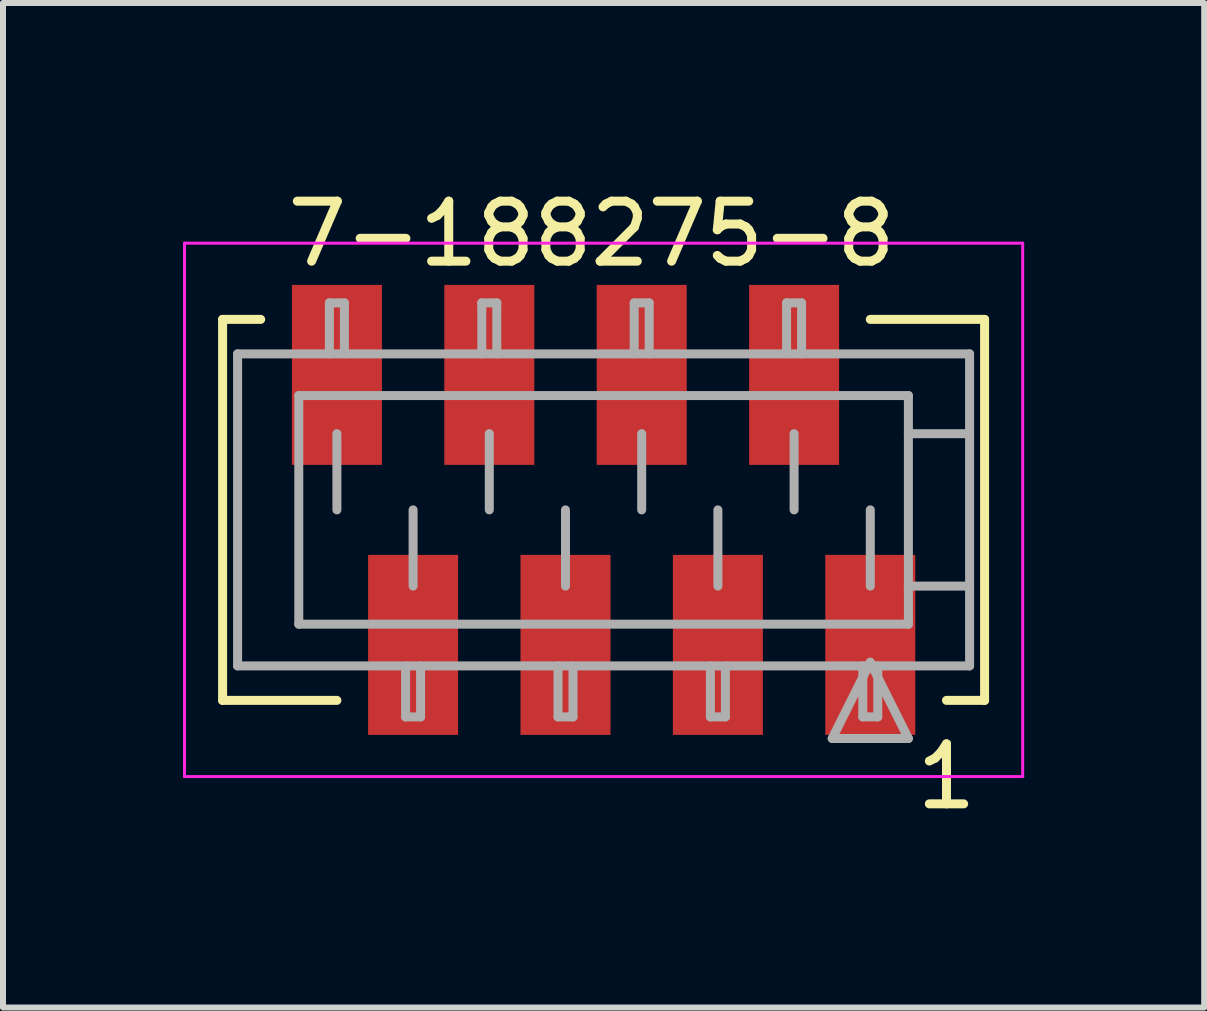
<source format=kicad_pcb>
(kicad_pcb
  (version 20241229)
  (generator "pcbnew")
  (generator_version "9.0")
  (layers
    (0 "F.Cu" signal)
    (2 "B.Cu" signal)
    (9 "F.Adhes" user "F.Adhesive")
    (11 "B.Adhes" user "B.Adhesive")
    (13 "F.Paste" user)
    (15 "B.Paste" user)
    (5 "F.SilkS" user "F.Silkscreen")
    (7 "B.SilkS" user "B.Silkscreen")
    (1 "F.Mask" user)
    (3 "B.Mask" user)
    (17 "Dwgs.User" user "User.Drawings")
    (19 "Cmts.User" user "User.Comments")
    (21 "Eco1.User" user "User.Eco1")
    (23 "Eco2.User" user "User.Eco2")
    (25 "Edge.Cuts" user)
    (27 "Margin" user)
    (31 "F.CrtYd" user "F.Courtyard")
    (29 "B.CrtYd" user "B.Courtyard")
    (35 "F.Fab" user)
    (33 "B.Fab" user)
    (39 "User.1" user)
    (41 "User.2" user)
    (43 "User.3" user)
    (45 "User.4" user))
  (footprint "7-188275-8"
    (layer "F.Cu")
    (at 7.01 5.448)
    (property "Reference" "7-188275-8" (at -0.2 -4.6 0) (layer "F.SilkS") (effects (font (size 1 1) (thickness 0.15))))
    (attr smd)
    (fp_line (start -6.35 -3.175) (end -6.35 3.175) (stroke (width 0.15) (type solid)) (layer "F.SilkS"))
    (fp_line (start -6.35 3.175) (end -4.445 3.175) (stroke (width 0.15) (type solid)) (layer "F.SilkS"))
    (fp_line (start -5.715 -3.175) (end -6.35 -3.175) (stroke (width 0.15) (type solid)) (layer "F.SilkS"))
    (fp_line (start 4.445 -3.175) (end 6.35 -3.175) (stroke (width 0.15) (type solid)) (layer "F.SilkS"))
    (fp_line (start 6.35 -3.175) (end 6.35 3.175) (stroke (width 0.15) (type solid)) (layer "F.SilkS"))
    (fp_line (start 6.35 3.175) (end 5.715 3.175) (stroke (width 0.15) (type solid)) (layer "F.SilkS"))
    (fp_line (start -6.985 -4.445) (end -6.985 4.445) (stroke (width 0.05) (type solid)) (layer "F.CrtYd"))
    (fp_line (start -6.985 4.445) (end 6.985 4.445) (stroke (width 0.05) (type solid)) (layer "F.CrtYd"))
    (fp_line (start 6.985 -4.445) (end -6.985 -4.445) (stroke (width 0.05) (type solid)) (layer "F.CrtYd"))
    (fp_line (start 6.985 -4.445) (end 6.985 4.445) (stroke (width 0.05) (type solid)) (layer "F.CrtYd"))
    (fp_line (start -6.1 -2.6) (end -6.1 2.6) (stroke (width 0.15) (type solid)) (layer "F.Fab"))
    (fp_line (start -6.1 -2.6) (end 6.1 -2.6) (stroke (width 0.15) (type solid)) (layer "F.Fab"))
    (fp_line (start -6.1 2.6) (end 6.1 2.6) (stroke (width 0.15) (type solid)) (layer "F.Fab"))
    (fp_line (start -5.08 -1.905) (end -5.08 1.905) (stroke (width 0.15) (type solid)) (layer "F.Fab"))
    (fp_line (start -5.08 1.905) (end 5.08 1.905) (stroke (width 0.15) (type solid)) (layer "F.Fab"))
    (fp_line (start -4.57 -3.45) (end -4.57 -2.6) (stroke (width 0.15) (type solid)) (layer "F.Fab"))
    (fp_line (start -4.57 -3.45) (end -4.32 -3.45) (stroke (width 0.15) (type solid)) (layer "F.Fab"))
    (fp_line (start -4.445 0) (end -4.445 -1.27) (stroke (width 0.15) (type solid)) (layer "F.Fab"))
    (fp_line (start -4.32 -2.6) (end -4.32 -3.45) (stroke (width 0.15) (type solid)) (layer "F.Fab"))
    (fp_line (start -3.3 2.6) (end -3.3 3.45) (stroke (width 0.15) (type solid)) (layer "F.Fab"))
    (fp_line (start -3.175 1.27) (end -3.175 0) (stroke (width 0.15) (type solid)) (layer "F.Fab"))
    (fp_line (start -3.05 3.45) (end -3.3 3.45) (stroke (width 0.15) (type solid)) (layer "F.Fab"))
    (fp_line (start -3.05 3.45) (end -3.05 2.6) (stroke (width 0.15) (type solid)) (layer "F.Fab"))
    (fp_line (start -2.03 -3.45) (end -2.03 -2.6) (stroke (width 0.15) (type solid)) (layer "F.Fab"))
    (fp_line (start -2.03 -3.45) (end -1.78 -3.45) (stroke (width 0.15) (type solid)) (layer "F.Fab"))
    (fp_line (start -1.905 -1.27) (end -1.905 0) (stroke (width 0.15) (type solid)) (layer "F.Fab"))
    (fp_line (start -1.78 -2.6) (end -1.78 -3.45) (stroke (width 0.15) (type solid)) (layer "F.Fab"))
    (fp_line (start -0.76 2.6) (end -0.76 3.45) (stroke (width 0.15) (type solid)) (layer "F.Fab"))
    (fp_line (start -0.635 1.27) (end -0.635 0) (stroke (width 0.15) (type solid)) (layer "F.Fab"))
    (fp_line (start -0.51 3.45) (end -0.76 3.45) (stroke (width 0.15) (type solid)) (layer "F.Fab"))
    (fp_line (start -0.51 3.45) (end -0.51 2.6) (stroke (width 0.15) (type solid)) (layer "F.Fab"))
    (fp_line (start 0.51 -3.45) (end 0.51 -2.6) (stroke (width 0.15) (type solid)) (layer "F.Fab"))
    (fp_line (start 0.51 -3.45) (end 0.76 -3.45) (stroke (width 0.15) (type solid)) (layer "F.Fab"))
    (fp_line (start 0.635 -1.27) (end 0.635 0) (stroke (width 0.15) (type solid)) (layer "F.Fab"))
    (fp_line (start 0.76 -2.6) (end 0.76 -3.45) (stroke (width 0.15) (type solid)) (layer "F.Fab"))
    (fp_line (start 1.78 2.6) (end 1.78 3.45) (stroke (width 0.15) (type solid)) (layer "F.Fab"))
    (fp_line (start 1.905 1.27) (end 1.905 0) (stroke (width 0.15) (type solid)) (layer "F.Fab"))
    (fp_line (start 2.03 3.45) (end 1.78 3.45) (stroke (width 0.15) (type solid)) (layer "F.Fab"))
    (fp_line (start 2.03 3.45) (end 2.03 2.6) (stroke (width 0.15) (type solid)) (layer "F.Fab"))
    (fp_line (start 3.05 -3.45) (end 3.05 -2.6) (stroke (width 0.15) (type solid)) (layer "F.Fab"))
    (fp_line (start 3.05 -3.45) (end 3.3 -3.45) (stroke (width 0.15) (type solid)) (layer "F.Fab"))
    (fp_line (start 3.175 -1.27) (end 3.175 0) (stroke (width 0.15) (type solid)) (layer "F.Fab"))
    (fp_line (start 3.3 -2.6) (end 3.3 -3.45) (stroke (width 0.15) (type solid)) (layer "F.Fab"))
    (fp_line (start 3.81 3.81) (end 5.08 3.81) (stroke (width 0.15) (type solid)) (layer "F.Fab"))
    (fp_line (start 4.32 2.6) (end 4.32 3.45) (stroke (width 0.15) (type solid)) (layer "F.Fab"))
    (fp_line (start 4.445 1.27) (end 4.445 0) (stroke (width 0.15) (type solid)) (layer "F.Fab"))
    (fp_line (start 4.445 2.54) (end 3.81 3.81) (stroke (width 0.15) (type solid)) (layer "F.Fab"))
    (fp_line (start 4.57 3.45) (end 4.32 3.45) (stroke (width 0.15) (type solid)) (layer "F.Fab"))
    (fp_line (start 4.57 3.45) (end 4.57 2.6) (stroke (width 0.15) (type solid)) (layer "F.Fab"))
    (fp_line (start 5.08 -1.905) (end -5.08 -1.905) (stroke (width 0.15) (type solid)) (layer "F.Fab"))
    (fp_line (start 5.08 -1.905) (end 5.08 -1.27) (stroke (width 0.15) (type solid)) (layer "F.Fab"))
    (fp_line (start 5.08 -1.27) (end 5.08 1.27) (stroke (width 0.15) (type solid)) (layer "F.Fab"))
    (fp_line (start 5.08 1.27) (end 6.1 1.27) (stroke (width 0.15) (type solid)) (layer "F.Fab"))
    (fp_line (start 5.08 1.905) (end 5.08 1.27) (stroke (width 0.15) (type solid)) (layer "F.Fab"))
    (fp_line (start 5.08 3.81) (end 4.445 2.54) (stroke (width 0.15) (type solid)) (layer "F.Fab"))
    (fp_line (start 6.1 -2.6) (end 6.1 2.6) (stroke (width 0.15) (type solid)) (layer "F.Fab"))
    (fp_line (start 6.1 -1.27) (end 5.08 -1.27) (stroke (width 0.15) (type solid)) (layer "F.Fab"))
    (fp_text user "1" (at 5.715 4.445 0) (layer "F.SilkS") (effects (font (size 1 1) (thickness 0.15))))
    (pad "1" smd rect (at 4.445 2.25) (size 1.5 3) (layers "F.Cu" "F.Mask" "F.Paste"))
    (pad "2" smd rect (at 3.175 -2.25) (size 1.5 3) (layers "F.Cu" "F.Mask" "F.Paste"))
    (pad "3" smd rect (at 1.905 2.25) (size 1.5 3) (layers "F.Cu" "F.Mask" "F.Paste"))
    (pad "4" smd rect (at 0.635 -2.25) (size 1.5 3) (layers "F.Cu" "F.Mask" "F.Paste"))
    (pad "5" smd rect (at -0.635 2.25) (size 1.5 3) (layers "F.Cu" "F.Mask" "F.Paste"))
    (pad "6" smd rect (at -1.905 -2.25) (size 1.5 3) (layers "F.Cu" "F.Mask" "F.Paste"))
    (pad "7" smd rect (at -3.175 2.25) (size 1.5 3) (layers "F.Cu" "F.Mask" "F.Paste"))
    (pad "8" smd rect (at -4.445 -2.25) (size 1.5 3) (layers "F.Cu" "F.Mask" "F.Paste")))
  (gr_rect
    (start -3 -3)
    (end 17.02 13.742)
    (stroke (width 0.1) (type default))
    (fill no)
    (layer "Edge.Cuts")))
</source>
